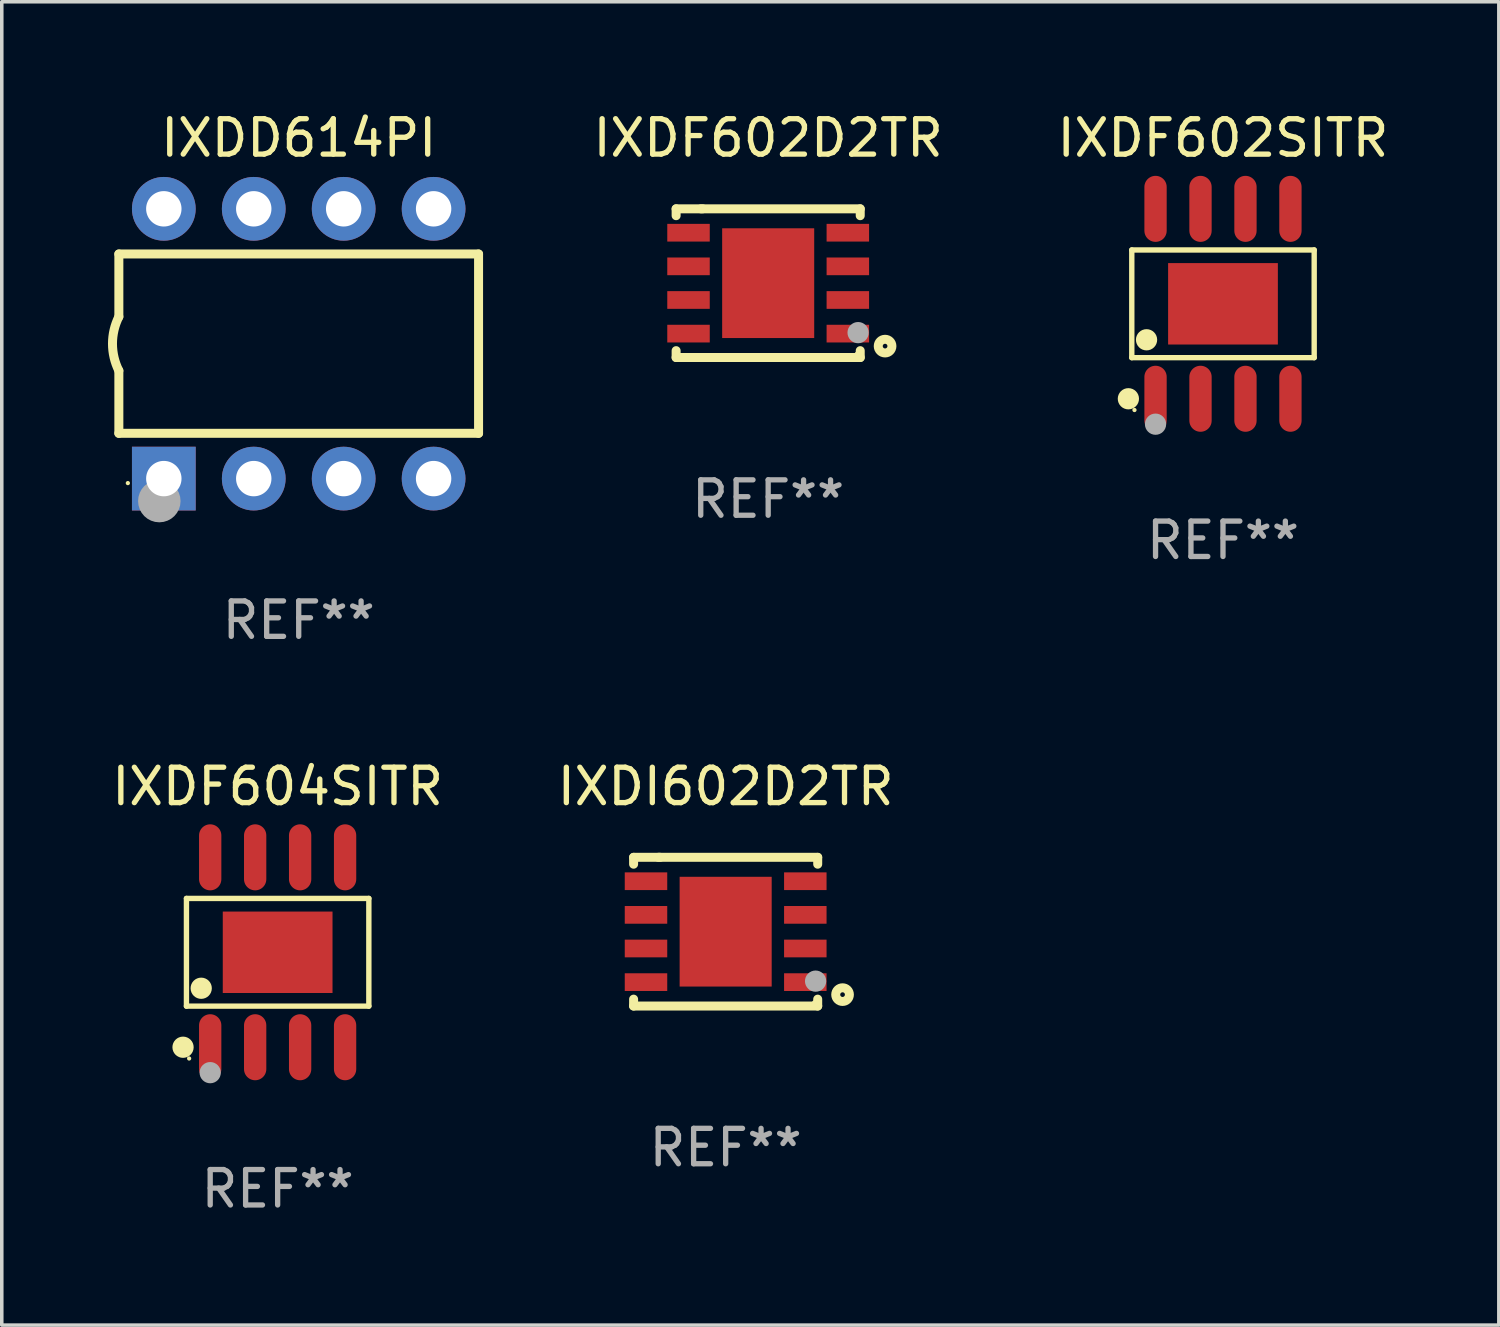
<source format=kicad_pcb>
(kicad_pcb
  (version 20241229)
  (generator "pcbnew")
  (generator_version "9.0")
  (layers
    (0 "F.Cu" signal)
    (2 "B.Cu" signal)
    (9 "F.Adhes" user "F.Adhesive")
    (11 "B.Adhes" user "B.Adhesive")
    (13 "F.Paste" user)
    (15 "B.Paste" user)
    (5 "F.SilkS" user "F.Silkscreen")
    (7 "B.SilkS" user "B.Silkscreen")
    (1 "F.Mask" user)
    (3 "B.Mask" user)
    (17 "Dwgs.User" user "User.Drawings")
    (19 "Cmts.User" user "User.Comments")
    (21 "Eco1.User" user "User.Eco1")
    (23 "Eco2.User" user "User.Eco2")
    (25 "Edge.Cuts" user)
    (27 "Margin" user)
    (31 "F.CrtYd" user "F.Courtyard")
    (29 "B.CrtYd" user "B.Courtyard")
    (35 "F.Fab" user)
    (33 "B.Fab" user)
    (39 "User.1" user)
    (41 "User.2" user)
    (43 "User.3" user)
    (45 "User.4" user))
  (footprint "IXDI602D2TR"
    (layer "F.Cu")
    (at 17.446 23.265)
    (property "Reference" "IXDI602D2TR" (at 0 -4.1 0) (layer "F.SilkS") (effects (font (size 1 1) (thickness 0.15))))
    (attr through_hole)
    (fp_line (start -2.6 -2.1) (end -1.85 -2.1) (stroke (width 0.254) (type solid)) (layer "F.SilkS"))
    (fp_line (start -2.6 -1.906) (end -2.6 -2.1) (stroke (width 0.254) (type solid)) (layer "F.SilkS"))
    (fp_line (start -2.6 2.1) (end -2.6 1.906) (stroke (width 0.254) (type solid)) (layer "F.SilkS"))
    (fp_line (start -1.9 -2.1) (end 2.6 -2.1) (stroke (width 0.254) (type solid)) (layer "F.SilkS"))
    (fp_line (start 2.6 -2.1) (end 2.6 -1.906) (stroke (width 0.254) (type solid)) (layer "F.SilkS"))
    (fp_line (start 2.6 1.906) (end 2.6 2.1) (stroke (width 0.254) (type solid)) (layer "F.SilkS"))
    (fp_line (start 2.6 2.1) (end -2.6 2.1) (stroke (width 0.254) (type solid)) (layer "F.SilkS"))
    (fp_circle (center 2.5 2) (end 2.53 2) (stroke (width 0.06) (type solid)) (fill no) (layer "F.SilkS"))
    (fp_circle (center 3.302 1.778) (end 3.495 1.778) (stroke (width 0.254) (type solid)) (fill no) (layer "F.SilkS"))
    (fp_circle (center 2.54 1.397) (end 2.69 1.397) (stroke (width 0.3) (type solid)) (fill no) (layer "F.Fab"))
    (fp_text user "REF**" (at 0 6.1 0) (layer "F.Fab") (effects (font (size 1 1) (thickness 0.15))))
    (pad "1" smd rect (at 2.25 1.425) (size 1.2 0.5) (layers "F.Cu" "F.Mask" "F.Paste"))
    (pad "2" smd rect (at 2.25 0.475) (size 1.2 0.5) (layers "F.Cu" "F.Mask" "F.Paste"))
    (pad "3" smd rect (at 2.25 -0.475) (size 1.2 0.5) (layers "F.Cu" "F.Mask" "F.Paste"))
    (pad "4" smd rect (at 2.25 -1.425) (size 1.2 0.5) (layers "F.Cu" "F.Mask" "F.Paste"))
    (pad "5" smd rect (at -2.25 -1.425) (size 1.2 0.5) (layers "F.Cu" "F.Mask" "F.Paste"))
    (pad "6" smd rect (at -2.25 -0.475) (size 1.2 0.5) (layers "F.Cu" "F.Mask" "F.Paste"))
    (pad "7" smd rect (at -2.25 0.475) (size 1.2 0.5) (layers "F.Cu" "F.Mask" "F.Paste"))
    (pad "8" smd rect (at -2.25 1.425) (size 1.2 0.5) (layers "F.Cu" "F.Mask" "F.Paste"))
    (pad "9" smd rect (at 0 0) (size 2.6 3.1) (layers "F.Cu" "F.Mask" "F.Paste")))
  (footprint "IXDF602SITR"
    (layer "F.Cu")
    (at 31.493 5.531)
    (property "Reference" "IXDF602SITR" (at 0 -4.682 0) (layer "F.SilkS") (effects (font (size 1 1) (thickness 0.15))))
    (attr through_hole)
    (fp_line (start -2.576 -1.521) (end 2.576 -1.521) (stroke (width 0.152) (type solid)) (layer "F.SilkS"))
    (fp_line (start -2.576 1.521) (end -2.576 -1.521) (stroke (width 0.152) (type solid)) (layer "F.SilkS"))
    (fp_line (start 2.576 -1.521) (end 2.576 1.521) (stroke (width 0.152) (type solid)) (layer "F.SilkS"))
    (fp_line (start 2.576 1.521) (end -2.576 1.521) (stroke (width 0.152) (type solid)) (layer "F.SilkS"))
    (fp_circle (center -2.672 2.682) (end -2.522 2.682) (stroke (width 0.3) (type solid)) (fill no) (layer "F.SilkS"))
    (fp_circle (center -2.5 3) (end -2.47 3) (stroke (width 0.06) (type solid)) (fill no) (layer "F.SilkS"))
    (fp_circle (center -2.159 1.016) (end -2.009 1.016) (stroke (width 0.3) (type solid)) (fill no) (layer "F.SilkS"))
    (fp_circle (center -1.905 3.4) (end -1.755 3.4) (stroke (width 0.3) (type solid)) (fill no) (layer "F.Fab"))
    (fp_text user "REF**" (at 0 6.682 0) (layer "F.Fab") (effects (font (size 1 1) (thickness 0.15))))
    (pad "1" smd oval (at -1.905 2.682) (size 0.63 1.865) (layers "F.Cu" "F.Mask" "F.Paste"))
    (pad "2" smd oval (at -0.635 2.682) (size 0.63 1.865) (layers "F.Cu" "F.Mask" "F.Paste"))
    (pad "3" smd oval (at 0.635 2.682) (size 0.63 1.865) (layers "F.Cu" "F.Mask" "F.Paste"))
    (pad "4" smd oval (at 1.905 2.682) (size 0.63 1.865) (layers "F.Cu" "F.Mask" "F.Paste"))
    (pad "5" smd oval (at 1.905 -2.682) (size 0.63 1.865) (layers "F.Cu" "F.Mask" "F.Paste"))
    (pad "6" smd oval (at 0.635 -2.682) (size 0.63 1.865) (layers "F.Cu" "F.Mask" "F.Paste"))
    (pad "7" smd oval (at -0.635 -2.682) (size 0.63 1.865) (layers "F.Cu" "F.Mask" "F.Paste"))
    (pad "8" smd oval (at -1.905 -2.682) (size 0.63 1.865) (layers "F.Cu" "F.Mask" "F.Paste"))
    (pad "9" smd rect (at 0 0) (size 3.1 2.3) (layers "F.Cu" "F.Mask" "F.Paste")))
  (footprint "IXDD614PI"
    (layer "F.Cu")
    (at 5.387 6.658)
    (property "Reference" "IXDD614PI" (at 0 -5.81 0) (layer "F.SilkS") (effects (font (size 1 1) (thickness 0.15))))
    (attr through_hole)
    (fp_line (start -5.08 -2.534) (end 5.08 -2.534) (stroke (width 0.254) (type solid)) (layer "F.SilkS"))
    (fp_line (start -5.08 -0.762) (end -5.08 -2.534) (stroke (width 0.254) (type solid)) (layer "F.SilkS"))
    (fp_line (start -5.08 2.531) (end -5.08 0.762) (stroke (width 0.254) (type solid)) (layer "F.SilkS"))
    (fp_line (start -5.08 2.531) (end 5.08 2.531) (stroke (width 0.254) (type solid)) (layer "F.SilkS"))
    (fp_line (start 5.08 2.531) (end 5.08 -2.534) (stroke (width 0.254) (type solid)) (layer "F.SilkS"))
    (fp_arc (start -5.08001 0.762001) (mid -5.259894 0) (end -5.08001 -0.762002) (stroke (width 0.254001) (type solid)) (layer "F.SilkS"))
    (fp_circle (center -4.826 3.937) (end -4.796 3.937) (stroke (width 0.06) (type solid)) (fill no) (layer "F.SilkS"))
    (fp_circle (center -3.937 4.445) (end -3.637 4.445) (stroke (width 0.6) (type solid)) (fill no) (layer "F.Fab"))
    (fp_text user "REF**" (at 0 7.81 0) (layer "F.Fab") (effects (font (size 1 1) (thickness 0.15))))
    (pad "1" thru_hole rect (at -3.81 3.81) (size 1.8 1.8) (drill 1) (layers "*.Cu" "*.Mask"))
    (pad "2" thru_hole circle (at -1.27 3.81) (size 1.8 1.8) (drill 1) (layers "*.Cu" "*.Mask"))
    (pad "3" thru_hole circle (at 1.27 3.81) (size 1.8 1.8) (drill 1) (layers "*.Cu" "*.Mask"))
    (pad "4" thru_hole circle (at 3.81 3.81) (size 1.8 1.8) (drill 1) (layers "*.Cu" "*.Mask"))
    (pad "5" thru_hole circle (at 3.81 -3.81) (size 1.8 1.8) (drill 1) (layers "*.Cu" "*.Mask"))
    (pad "6" thru_hole circle (at 1.27 -3.81) (size 1.8 1.8) (drill 1) (layers "*.Cu" "*.Mask"))
    (pad "7" thru_hole circle (at -1.27 -3.81) (size 1.8 1.8) (drill 1) (layers "*.Cu" "*.Mask"))
    (pad "8" thru_hole circle (at -3.81 -3.81) (size 1.8 1.8) (drill 1) (layers "*.Cu" "*.Mask")))
  (footprint "IXDF604SITR"
    (layer "F.Cu")
    (at 4.792 23.847)
    (property "Reference" "IXDF604SITR" (at 0 -4.682 0) (layer "F.SilkS") (effects (font (size 1 1) (thickness 0.15))))
    (attr through_hole)
    (fp_line (start -2.576 -1.521) (end 2.576 -1.521) (stroke (width 0.152) (type solid)) (layer "F.SilkS"))
    (fp_line (start -2.576 1.521) (end -2.576 -1.521) (stroke (width 0.152) (type solid)) (layer "F.SilkS"))
    (fp_line (start 2.576 -1.521) (end 2.576 1.521) (stroke (width 0.152) (type solid)) (layer "F.SilkS"))
    (fp_line (start 2.576 1.521) (end -2.576 1.521) (stroke (width 0.152) (type solid)) (layer "F.SilkS"))
    (fp_circle (center -2.672 2.682) (end -2.522 2.682) (stroke (width 0.3) (type solid)) (fill no) (layer "F.SilkS"))
    (fp_circle (center -2.5 3) (end -2.47 3) (stroke (width 0.06) (type solid)) (fill no) (layer "F.SilkS"))
    (fp_circle (center -2.159 1.016) (end -2.009 1.016) (stroke (width 0.3) (type solid)) (fill no) (layer "F.SilkS"))
    (fp_circle (center -1.905 3.4) (end -1.755 3.4) (stroke (width 0.3) (type solid)) (fill no) (layer "F.Fab"))
    (fp_text user "REF**" (at 0 6.682 0) (layer "F.Fab") (effects (font (size 1 1) (thickness 0.15))))
    (pad "1" smd oval (at -1.905 2.682) (size 0.63 1.865) (layers "F.Cu" "F.Mask" "F.Paste"))
    (pad "2" smd oval (at -0.635 2.682) (size 0.63 1.865) (layers "F.Cu" "F.Mask" "F.Paste"))
    (pad "3" smd oval (at 0.635 2.682) (size 0.63 1.865) (layers "F.Cu" "F.Mask" "F.Paste"))
    (pad "4" smd oval (at 1.905 2.682) (size 0.63 1.865) (layers "F.Cu" "F.Mask" "F.Paste"))
    (pad "5" smd oval (at 1.905 -2.682) (size 0.63 1.865) (layers "F.Cu" "F.Mask" "F.Paste"))
    (pad "6" smd oval (at 0.635 -2.682) (size 0.63 1.865) (layers "F.Cu" "F.Mask" "F.Paste"))
    (pad "7" smd oval (at -0.635 -2.682) (size 0.63 1.865) (layers "F.Cu" "F.Mask" "F.Paste"))
    (pad "8" smd oval (at -1.905 -2.682) (size 0.63 1.865) (layers "F.Cu" "F.Mask" "F.Paste"))
    (pad "9" smd rect (at 0 0) (size 3.1 2.3) (layers "F.Cu" "F.Mask" "F.Paste")))
  (footprint "IXDF602D2TR"
    (layer "F.Cu")
    (at 18.647 4.948)
    (property "Reference" "IXDF602D2TR" (at 0 -4.1 0) (layer "F.SilkS") (effects (font (size 1 1) (thickness 0.15))))
    (attr through_hole)
    (fp_line (start -2.6 -2.1) (end -1.85 -2.1) (stroke (width 0.254) (type solid)) (layer "F.SilkS"))
    (fp_line (start -2.6 -1.906) (end -2.6 -2.1) (stroke (width 0.254) (type solid)) (layer "F.SilkS"))
    (fp_line (start -2.6 2.1) (end -2.6 1.906) (stroke (width 0.254) (type solid)) (layer "F.SilkS"))
    (fp_line (start -1.9 -2.1) (end 2.6 -2.1) (stroke (width 0.254) (type solid)) (layer "F.SilkS"))
    (fp_line (start 2.6 -2.1) (end 2.6 -1.906) (stroke (width 0.254) (type solid)) (layer "F.SilkS"))
    (fp_line (start 2.6 1.906) (end 2.6 2.1) (stroke (width 0.254) (type solid)) (layer "F.SilkS"))
    (fp_line (start 2.6 2.1) (end -2.6 2.1) (stroke (width 0.254) (type solid)) (layer "F.SilkS"))
    (fp_circle (center 2.5 2) (end 2.53 2) (stroke (width 0.06) (type solid)) (fill no) (layer "F.SilkS"))
    (fp_circle (center 3.302 1.778) (end 3.495 1.778) (stroke (width 0.254) (type solid)) (fill no) (layer "F.SilkS"))
    (fp_circle (center 2.54 1.397) (end 2.69 1.397) (stroke (width 0.3) (type solid)) (fill no) (layer "F.Fab"))
    (fp_text user "REF**" (at 0 6.1 0) (layer "F.Fab") (effects (font (size 1 1) (thickness 0.15))))
    (pad "1" smd rect (at 2.25 1.425) (size 1.2 0.5) (layers "F.Cu" "F.Mask" "F.Paste"))
    (pad "2" smd rect (at 2.25 0.475) (size 1.2 0.5) (layers "F.Cu" "F.Mask" "F.Paste"))
    (pad "3" smd rect (at 2.25 -0.475) (size 1.2 0.5) (layers "F.Cu" "F.Mask" "F.Paste"))
    (pad "4" smd rect (at 2.25 -1.425) (size 1.2 0.5) (layers "F.Cu" "F.Mask" "F.Paste"))
    (pad "5" smd rect (at -2.25 -1.425) (size 1.2 0.5) (layers "F.Cu" "F.Mask" "F.Paste"))
    (pad "6" smd rect (at -2.25 -0.475) (size 1.2 0.5) (layers "F.Cu" "F.Mask" "F.Paste"))
    (pad "7" smd rect (at -2.25 0.475) (size 1.2 0.5) (layers "F.Cu" "F.Mask" "F.Paste"))
    (pad "8" smd rect (at -2.25 1.425) (size 1.2 0.5) (layers "F.Cu" "F.Mask" "F.Paste"))
    (pad "9" smd rect (at 0 0) (size 2.6 3.1) (layers "F.Cu" "F.Mask" "F.Paste")))
  (gr_rect
    (start -3 -3)
    (end 39.284 34.378)
    (stroke (width 0.1) (type default))
    (fill no)
    (layer "Edge.Cuts")))
</source>
